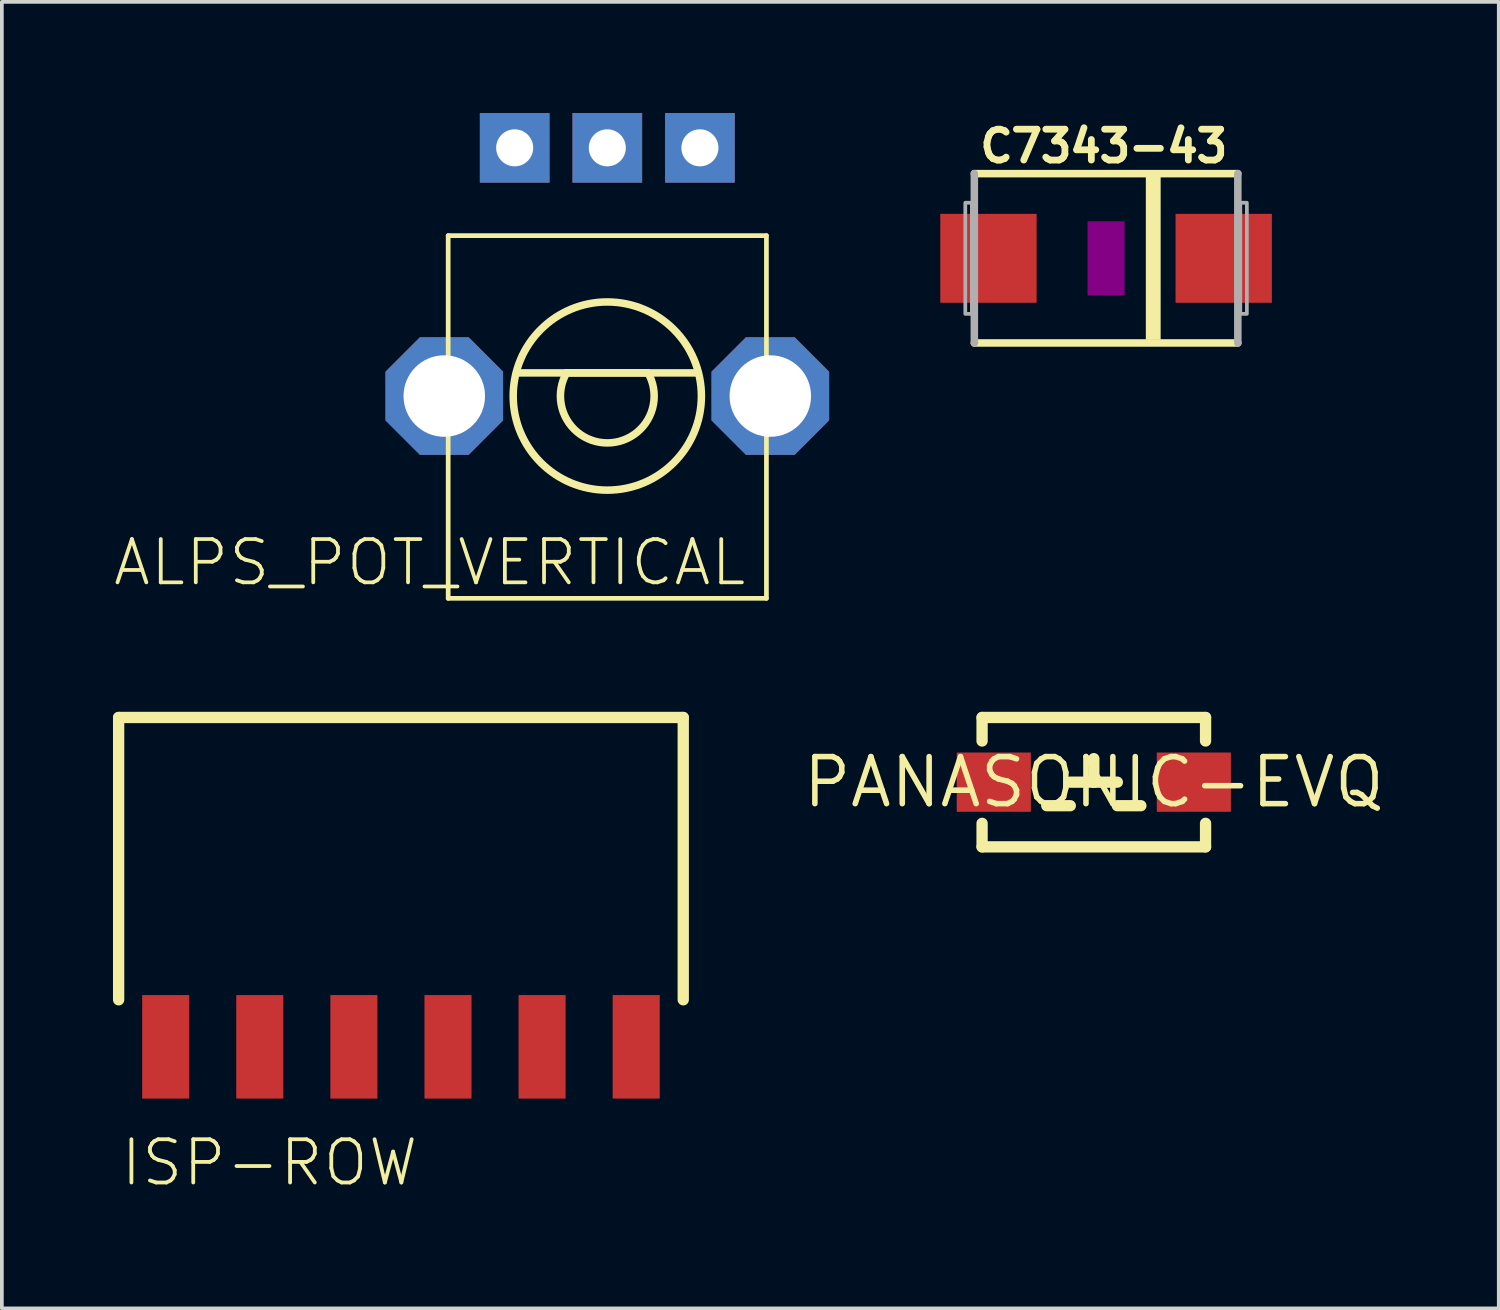
<source format=kicad_pcb>
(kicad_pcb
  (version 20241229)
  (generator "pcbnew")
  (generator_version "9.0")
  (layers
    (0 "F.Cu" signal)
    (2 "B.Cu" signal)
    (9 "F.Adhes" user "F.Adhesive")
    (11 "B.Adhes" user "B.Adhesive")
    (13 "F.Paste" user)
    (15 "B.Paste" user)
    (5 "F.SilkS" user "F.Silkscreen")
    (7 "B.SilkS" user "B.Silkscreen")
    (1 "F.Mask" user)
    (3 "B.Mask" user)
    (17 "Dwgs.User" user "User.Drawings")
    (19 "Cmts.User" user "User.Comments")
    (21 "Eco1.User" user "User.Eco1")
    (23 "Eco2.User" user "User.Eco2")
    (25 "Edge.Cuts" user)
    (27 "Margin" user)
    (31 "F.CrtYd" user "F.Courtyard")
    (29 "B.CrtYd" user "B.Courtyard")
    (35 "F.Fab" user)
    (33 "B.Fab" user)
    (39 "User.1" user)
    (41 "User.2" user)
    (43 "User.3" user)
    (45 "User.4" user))
  (footprint "ALPS_POT_VERTICAL"
    (layer "F.Cu")
    (at 13.342 7.64)
    (property "Reference" "ALPS_POT_VERTICAL" (at 3.81 3.81 0) (layer "F.SilkS") (effects (font (size 1.168 1.168) (thickness 0.102)) (justify right top)))
    (fp_line (start -4.295 -4.33) (end 4.295 -4.33) (stroke (width 0.127) (type solid)) (layer "F.SilkS"))
    (fp_line (start -4.295 5.46) (end -4.295 -4.33) (stroke (width 0.127) (type solid)) (layer "F.SilkS"))
    (fp_line (start -2.45 -0.625) (end 2.425 -0.625) (stroke (width 0.203) (type solid)) (layer "F.SilkS"))
    (fp_line (start -1.1 -0.625) (end 1.1 -0.625) (stroke (width 0.203) (type solid)) (layer "F.SilkS"))
    (fp_line (start 4.295 -4.33) (end 4.295 5.46) (stroke (width 0.127) (type solid)) (layer "F.SilkS"))
    (fp_line (start 4.295 5.46) (end -4.295 5.46) (stroke (width 0.127) (type solid)) (layer "F.SilkS"))
    (fp_arc (start 1.1 -0.625) (mid 0 1.265158) (end -1.1 -0.625) (stroke (width 0.2032) (type solid)) (layer "F.SilkS"))
    (fp_circle (center 0 0) (end 2.54 0) (stroke (width 0.203) (type solid)) (fill no) (layer "F.SilkS"))
    (pad "P$1" thru_hole rect (at -2.5 -6.7 270) (size 1.88 1.88) (drill 1) (layers "*.Cu" "*.Mask"))
    (pad "P$2" thru_hole rect (at 0 -6.7 270) (size 1.88 1.88) (drill 1) (layers "*.Cu" "*.Mask"))
    (pad "P$3" thru_hole rect (at 2.5 -6.7 270) (size 1.88 1.88) (drill 1) (layers "*.Cu" "*.Mask"))
    (pad "P$4" thru_hole roundrect (at -4.4 0 270) (size 3.175 3.175) (drill 2.2) (layers "*.Cu" "*.Mask") (roundrect_rratio 0.25) (chamfer_ratio 0.293) (chamfer top_left top_right bottom_left bottom_right))
    (pad "P$5" thru_hole roundrect (at 4.4 0 270) (size 3.175 3.175) (drill 2.2) (layers "*.Cu" "*.Mask") (roundrect_rratio 0.25) (chamfer_ratio 0.293) (chamfer top_left top_right bottom_left bottom_right)))
  (footprint "ISP-ROW"
    (layer "F.Cu")
    (at 7.772 25.206)
    (property "Reference" "ISP-ROW" (at -7.62 3.81 0) (layer "F.SilkS") (effects (font (size 1.168 1.168) (thickness 0.102)) (justify left bottom)))
    (fp_line (start -7.62 -8.89) (end 7.62 -8.89) (stroke (width 0.305) (type solid)) (layer "F.SilkS"))
    (fp_line (start -7.62 -1.27) (end -7.62 -8.89) (stroke (width 0.305) (type solid)) (layer "F.SilkS"))
    (fp_line (start 7.62 -8.89) (end 7.62 -1.27) (stroke (width 0.305) (type solid)) (layer "F.SilkS"))
    (pad "1" smd rect (at -6.35 0 180) (size 1.27 2.794) (layers "F.Cu" "F.Mask" "F.Paste"))
    (pad "2" smd rect (at -3.81 0 180) (size 1.27 2.794) (layers "F.Cu" "F.Mask" "F.Paste"))
    (pad "3" smd rect (at -1.27 0 180) (size 1.27 2.794) (layers "F.Cu" "F.Mask" "F.Paste"))
    (pad "4" smd rect (at 1.27 0 180) (size 1.27 2.794) (layers "F.Cu" "F.Mask" "F.Paste"))
    (pad "5" smd rect (at 3.81 0 180) (size 1.27 2.794) (layers "F.Cu" "F.Mask" "F.Paste"))
    (pad "6" smd rect (at 6.35 0 180) (size 1.27 2.794) (layers "F.Cu" "F.Mask" "F.Paste")))
  (footprint "C7343-43"
    (layer "F.Cu")
    (at 26.805 3.922)
    (property "Reference" "C7343-43" (at -3.493 -2.54 0) (layer "F.SilkS") (effects (font (size 0.833 0.833) (thickness 0.183)) (justify left bottom)))
    (fp_line (start -3.556 -2.286) (end 3.556 -2.286) (stroke (width 0.203) (type solid)) (layer "F.SilkS"))
    (fp_line (start 3.556 2.286) (end -3.556 2.286) (stroke (width 0.203) (type solid)) (layer "F.SilkS"))
    (fp_poly (pts (xy 1.073 2.2) (xy 1.473 2.2) (xy 1.473 -2.2) (xy 1.073 -2.2)) (stroke (width 0) (type solid)) (fill yes) (layer "F.SilkS"))
    (fp_poly (pts (xy -0.5 1) (xy 0.5 1) (xy 0.5 -1) (xy -0.5 -1)) (stroke (width 0) (type solid)) (fill yes) (layer "F.Adhes"))
    (fp_line (start -3.556 2.286) (end -3.556 -2.286) (stroke (width 0.203) (type solid)) (layer "F.Fab"))
    (fp_line (start 3.556 -2.286) (end 3.556 2.286) (stroke (width 0.203) (type solid)) (layer "F.Fab"))
    (fp_poly (pts (xy -3.623 -1.5) (xy -3.8 -1.5) (xy -3.8 1.5) (xy -3.623 1.5)) (stroke (width 0.1) (type solid)) (fill no) (layer "F.Fab"))
    (fp_poly (pts (xy 3.623 1.5) (xy 3.8 1.5) (xy 3.8 -1.5) (xy 3.623 -1.5)) (stroke (width 0.1) (type solid)) (fill no) (layer "F.Fab"))
    (pad "+" smd rect (at 3.175 0) (size 2.6 2.4) (layers "F.Cu" "F.Mask" "F.Paste"))
    (pad "-" smd rect (at -3.175 0) (size 2.6 2.4) (layers "F.Cu" "F.Mask" "F.Paste")))
  (footprint "PANASONIC-EVQ"
    (layer "F.Cu")
    (at 26.474 18.062)
    (property "Reference" "PANASONIC-EVQ" (at 0 0 0) (layer "F.SilkS") (effects (font (size 1.27 1.27) (thickness 0.15))))
    (fp_line (start -3.016 -1.746) (end -3.016 -1.111) (stroke (width 0.305) (type solid)) (layer "F.SilkS"))
    (fp_line (start -3.016 1.111) (end -3.016 1.746) (stroke (width 0.305) (type solid)) (layer "F.SilkS"))
    (fp_line (start -3.016 1.746) (end 3.016 1.746) (stroke (width 0.305) (type solid)) (layer "F.SilkS"))
    (fp_line (start -1.27 0.635) (end -0.635 0.635) (stroke (width 0.305) (type solid)) (layer "F.SilkS"))
    (fp_line (start -0.635 0) (end 0 0) (stroke (width 0.305) (type solid)) (layer "F.SilkS"))
    (fp_line (start 0 -0.635) (end 0 0) (stroke (width 0.305) (type solid)) (layer "F.SilkS"))
    (fp_line (start 0 0) (end 0.635 0) (stroke (width 0.305) (type solid)) (layer "F.SilkS"))
    (fp_line (start 0.635 0.635) (end 1.27 0.635) (stroke (width 0.305) (type solid)) (layer "F.SilkS"))
    (fp_line (start 3.016 -1.746) (end -3.016 -1.746) (stroke (width 0.305) (type solid)) (layer "F.SilkS"))
    (fp_line (start 3.016 -1.111) (end 3.016 -1.746) (stroke (width 0.305) (type solid)) (layer "F.SilkS"))
    (fp_line (start 3.016 1.746) (end 3.016 1.111) (stroke (width 0.305) (type solid)) (layer "F.SilkS"))
    (pad "1" smd rect (at 2.7 0) (size 2 1.6) (layers "F.Cu" "F.Mask" "F.Paste"))
    (pad "2" smd rect (at -2.7 0) (size 2 1.6) (layers "F.Cu" "F.Mask" "F.Paste")))
  (gr_rect
    (start -3 -3)
    (end 37.404 32.266)
    (stroke (width 0.1) (type default))
    (fill no)
    (layer "Edge.Cuts")))
</source>
